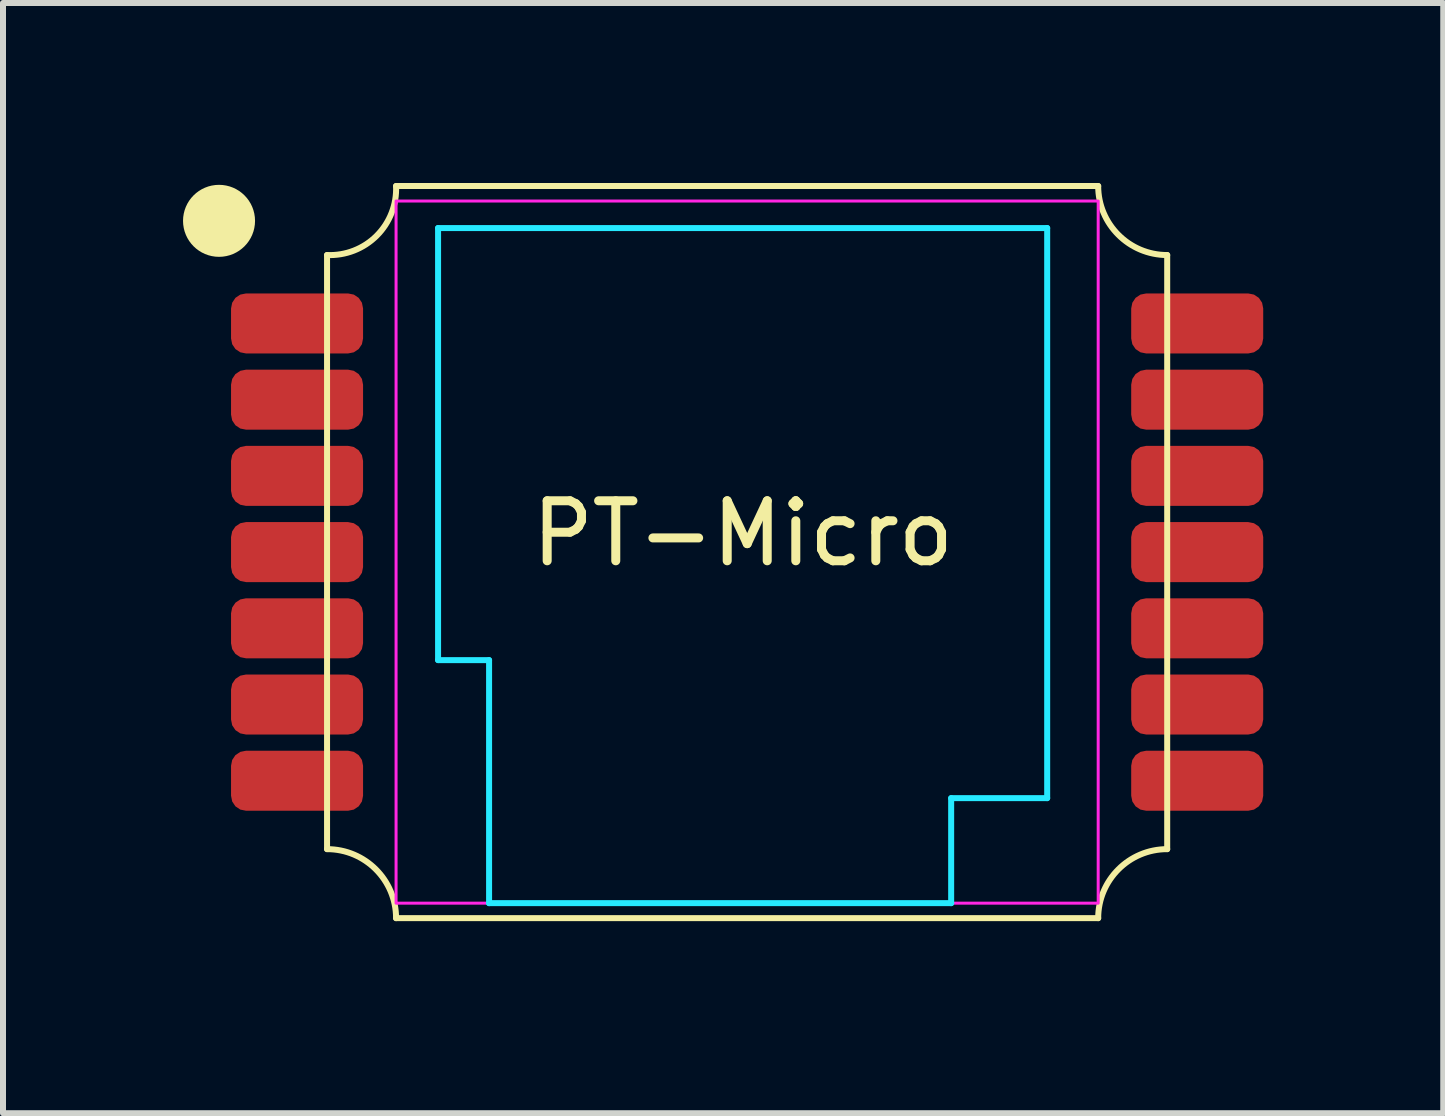
<source format=kicad_pcb>
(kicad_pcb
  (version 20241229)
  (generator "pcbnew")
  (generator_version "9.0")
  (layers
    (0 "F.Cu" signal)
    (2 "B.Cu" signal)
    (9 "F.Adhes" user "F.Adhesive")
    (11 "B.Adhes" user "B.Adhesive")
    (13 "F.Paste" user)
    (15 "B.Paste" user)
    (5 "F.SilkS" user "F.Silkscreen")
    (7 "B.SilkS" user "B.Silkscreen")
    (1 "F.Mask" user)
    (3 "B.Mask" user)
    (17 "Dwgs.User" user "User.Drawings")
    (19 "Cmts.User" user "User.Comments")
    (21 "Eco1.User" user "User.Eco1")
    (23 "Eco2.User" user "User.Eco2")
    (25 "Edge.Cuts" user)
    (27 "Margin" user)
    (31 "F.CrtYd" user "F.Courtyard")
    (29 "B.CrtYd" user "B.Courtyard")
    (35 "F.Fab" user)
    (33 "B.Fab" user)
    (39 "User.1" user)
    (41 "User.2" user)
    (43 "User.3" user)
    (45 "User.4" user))
  (footprint "PT-Micro"
    (layer "F.Cu")
    (at 2.4 12.25)
    (property "Reference" "PT-Micro" (at 6.93 -6.41 0) (unlocked yes) (layer "F.SilkS") (effects (font (size 1 1) (thickness 0.15))))
    (attr smd)
    (fp_line (start 0 -11.05) (end 0 -1.15) (stroke (width 0.1) (type solid)) (layer "F.SilkS"))
    (fp_line (start 1.15 0) (end 12.85 0) (stroke (width 0.1) (type solid)) (layer "F.SilkS"))
    (fp_line (start 12.85 -12.2) (end 1.15 -12.2) (stroke (width 0.1) (type solid)) (layer "F.SilkS"))
    (fp_line (start 14 -1.15) (end 14 -11.05) (stroke (width 0.1) (type solid)) (layer "F.SilkS"))
    (fp_arc (start 0 -1.15) (mid 0.813173 -0.813173) (end 1.15 0) (stroke (width 0.1) (type solid)) (layer "F.SilkS"))
    (fp_arc (start 1.15 -12.2) (mid 0.827636 -11.372364) (end 0 -11.05) (stroke (width 0.1) (type solid)) (layer "F.SilkS"))
    (fp_arc (start 12.85 0) (mid 13.186827 -0.813173) (end 14 -1.15) (stroke (width 0.1) (type solid)) (layer "F.SilkS"))
    (fp_arc (start 14 -11.05) (mid 13.186827 -11.386827) (end 12.85 -12.2) (stroke (width 0.1) (type solid)) (layer "F.SilkS"))
    (fp_circle (center -1.8 -11.62) (end -1.5 -11.62) (stroke (width 0.6) (type solid)) (fill no) (layer "F.SilkS"))
    (fp_line (start 1.85 -11.5) (end 1.85 -4.3) (stroke (width 0.1) (type solid)) (layer "B.CrtYd"))
    (fp_line (start 1.85 -11.5) (end 12 -11.5) (stroke (width 0.1) (type solid)) (layer "B.CrtYd"))
    (fp_line (start 1.85 -4.3) (end 2.7 -4.3) (stroke (width 0.1) (type solid)) (layer "B.CrtYd"))
    (fp_line (start 2.7 -4.3) (end 2.7 -0.25) (stroke (width 0.1) (type solid)) (layer "B.CrtYd"))
    (fp_line (start 2.7 -0.25) (end 10.4 -0.25) (stroke (width 0.1) (type solid)) (layer "B.CrtYd"))
    (fp_line (start 10.4 -2) (end 12 -2) (stroke (width 0.1) (type solid)) (layer "B.CrtYd"))
    (fp_line (start 10.4 -0.25) (end 10.4 -2) (stroke (width 0.1) (type solid)) (layer "B.CrtYd"))
    (fp_line (start 12 -11.5) (end 12 -2) (stroke (width 0.1) (type solid)) (layer "B.CrtYd"))
    (fp_rect (start 1.15 -11.95) (end 12.85 -0.25) (stroke (width 0.05) (type solid)) (fill no) (layer "F.CrtYd"))
    (pad "1" smd roundrect (at -0.5 -9.91 90) (size 1 2.2) (layers "F.Cu" "F.Mask" "F.Paste") (roundrect_rratio 0.25))
    (pad "2" smd roundrect (at -0.5 -8.64 90) (size 1 2.2) (layers "F.Cu" "F.Mask" "F.Paste") (roundrect_rratio 0.25))
    (pad "3" smd roundrect (at -0.5 -7.37 90) (size 1 2.2) (layers "F.Cu" "F.Mask" "F.Paste") (roundrect_rratio 0.25))
    (pad "4" smd roundrect (at -0.5 -6.1 90) (size 1 2.2) (layers "F.Cu" "F.Mask" "F.Paste") (roundrect_rratio 0.25))
    (pad "5" smd roundrect (at -0.5 -4.83 90) (size 1 2.2) (layers "F.Cu" "F.Mask" "F.Paste") (roundrect_rratio 0.25))
    (pad "6" smd roundrect (at -0.5 -3.56 90) (size 1 2.2) (layers "F.Cu" "F.Mask" "F.Paste") (roundrect_rratio 0.25))
    (pad "7" smd roundrect (at -0.5 -2.29 90) (size 1 2.2) (layers "F.Cu" "F.Mask" "F.Paste") (roundrect_rratio 0.25))
    (pad "8" smd roundrect (at 14.5 -2.29 270) (size 1 2.2) (layers "F.Cu" "F.Mask" "F.Paste") (roundrect_rratio 0.25))
    (pad "9" smd roundrect (at 14.5 -3.56 270) (size 1 2.2) (layers "F.Cu" "F.Mask" "F.Paste") (roundrect_rratio 0.25))
    (pad "10" smd roundrect (at 14.5 -4.83 270) (size 1 2.2) (layers "F.Cu" "F.Mask" "F.Paste") (roundrect_rratio 0.25))
    (pad "11" smd roundrect (at 14.5 -6.1 270) (size 1 2.2) (layers "F.Cu" "F.Mask" "F.Paste") (roundrect_rratio 0.25))
    (pad "12" smd roundrect (at 14.5 -7.37 270) (size 1 2.2) (layers "F.Cu" "F.Mask" "F.Paste") (roundrect_rratio 0.25))
    (pad "13" smd roundrect (at 14.5 -8.64 270) (size 1 2.2) (layers "F.Cu" "F.Mask" "F.Paste") (roundrect_rratio 0.25))
    (pad "14" smd roundrect (at 14.5 -9.91 270) (size 1 2.2) (layers "F.Cu" "F.Mask" "F.Paste") (roundrect_rratio 0.25)))
  (gr_rect
    (start -3 -3)
    (end 21 15.5)
    (stroke (width 0.1) (type default))
    (fill no)
    (layer "Edge.Cuts")))
</source>
